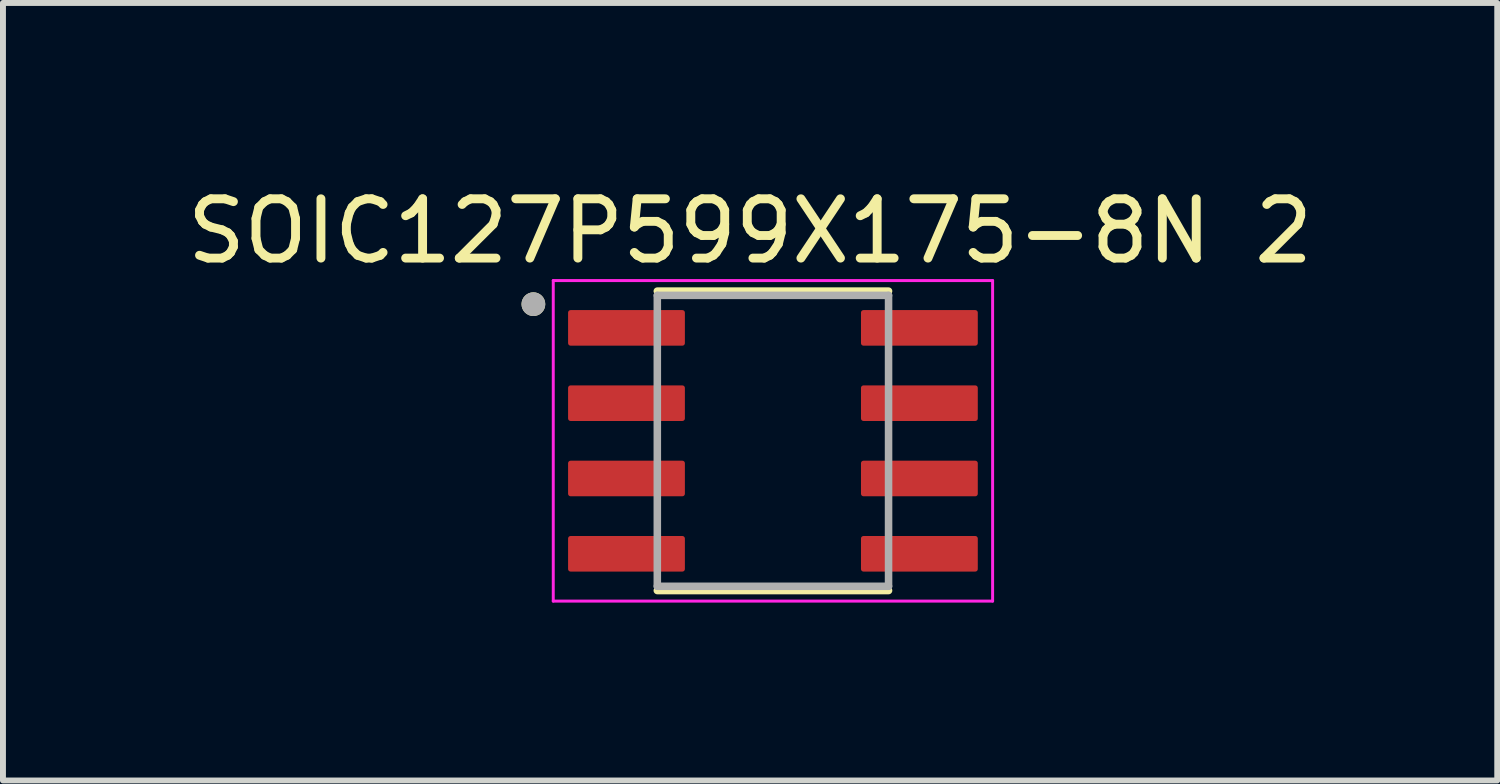
<source format=kicad_pcb>
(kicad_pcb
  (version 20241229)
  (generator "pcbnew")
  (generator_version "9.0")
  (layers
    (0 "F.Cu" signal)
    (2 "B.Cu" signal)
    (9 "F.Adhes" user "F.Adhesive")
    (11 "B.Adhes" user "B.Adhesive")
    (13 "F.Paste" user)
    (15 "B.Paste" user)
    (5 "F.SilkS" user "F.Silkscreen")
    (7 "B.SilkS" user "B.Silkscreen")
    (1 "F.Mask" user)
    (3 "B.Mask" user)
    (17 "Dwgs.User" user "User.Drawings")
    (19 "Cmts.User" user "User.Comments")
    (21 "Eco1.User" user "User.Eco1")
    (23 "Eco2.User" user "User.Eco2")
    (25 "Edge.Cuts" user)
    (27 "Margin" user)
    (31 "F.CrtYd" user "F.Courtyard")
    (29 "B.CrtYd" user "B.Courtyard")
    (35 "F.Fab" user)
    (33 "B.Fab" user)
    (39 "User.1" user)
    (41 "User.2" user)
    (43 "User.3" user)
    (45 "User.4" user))
  (footprint "SOIC127P599X175-8N 2"
    (layer "F.Cu")
    (at 9.986 4.385)
    (property "Reference" "SOIC127P599X175-8N 2" (at -0.385 -3.537 0) (layer "F.SilkS") (effects (font (size 1 1) (thickness 0.15))))
    (attr through_hole)
    (fp_line (start -1.95 -2.525) (end 1.95 -2.525) (stroke (width 0.127) (type solid)) (layer "F.SilkS"))
    (fp_line (start -1.95 2.525) (end 1.95 2.525) (stroke (width 0.127) (type solid)) (layer "F.SilkS"))
    (fp_circle (center -4.04 -2.305) (end -3.94 -2.305) (stroke (width 0.2) (type solid)) (fill no) (layer "F.SilkS"))
    (fp_line (start -3.705 -2.703) (end -3.705 2.703) (stroke (width 0.05) (type solid)) (layer "F.CrtYd"))
    (fp_line (start -3.705 -2.703) (end 3.705 -2.703) (stroke (width 0.05) (type solid)) (layer "F.CrtYd"))
    (fp_line (start -3.705 2.703) (end 3.705 2.703) (stroke (width 0.05) (type solid)) (layer "F.CrtYd"))
    (fp_line (start 3.705 -2.703) (end 3.705 2.703) (stroke (width 0.05) (type solid)) (layer "F.CrtYd"))
    (fp_line (start -1.95 -2.453) (end -1.95 2.453) (stroke (width 0.127) (type solid)) (layer "F.Fab"))
    (fp_line (start -1.95 -2.453) (end 1.95 -2.453) (stroke (width 0.127) (type solid)) (layer "F.Fab"))
    (fp_line (start -1.95 2.453) (end 1.95 2.453) (stroke (width 0.127) (type solid)) (layer "F.Fab"))
    (fp_line (start 1.95 -2.453) (end 1.95 2.453) (stroke (width 0.127) (type solid)) (layer "F.Fab"))
    (fp_circle (center -4.04 -2.305) (end -3.94 -2.305) (stroke (width 0.2) (type solid)) (fill no) (layer "F.Fab"))
    (pad "1" smd roundrect (at -2.47 -1.905) (size 1.97 0.6) (layers "F.Cu" "F.Mask" "F.Paste") (roundrect_rratio 0.07))
    (pad "2" smd roundrect (at -2.47 -0.635) (size 1.97 0.6) (layers "F.Cu" "F.Mask" "F.Paste") (roundrect_rratio 0.07))
    (pad "3" smd roundrect (at -2.47 0.635) (size 1.97 0.6) (layers "F.Cu" "F.Mask" "F.Paste") (roundrect_rratio 0.07))
    (pad "4" smd roundrect (at -2.47 1.905) (size 1.97 0.6) (layers "F.Cu" "F.Mask" "F.Paste") (roundrect_rratio 0.07))
    (pad "5" smd roundrect (at 2.47 1.905) (size 1.97 0.6) (layers "F.Cu" "F.Mask" "F.Paste") (roundrect_rratio 0.07))
    (pad "6" smd roundrect (at 2.47 0.635) (size 1.97 0.6) (layers "F.Cu" "F.Mask" "F.Paste") (roundrect_rratio 0.07))
    (pad "7" smd roundrect (at 2.47 -0.635) (size 1.97 0.6) (layers "F.Cu" "F.Mask" "F.Paste") (roundrect_rratio 0.07))
    (pad "8" smd roundrect (at 2.47 -1.905) (size 1.97 0.6) (layers "F.Cu" "F.Mask" "F.Paste") (roundrect_rratio 0.07)))
  (gr_rect
    (start -3 -3)
    (end 22.202 10.113)
    (stroke (width 0.1) (type default))
    (fill no)
    (layer "Edge.Cuts")))
</source>
